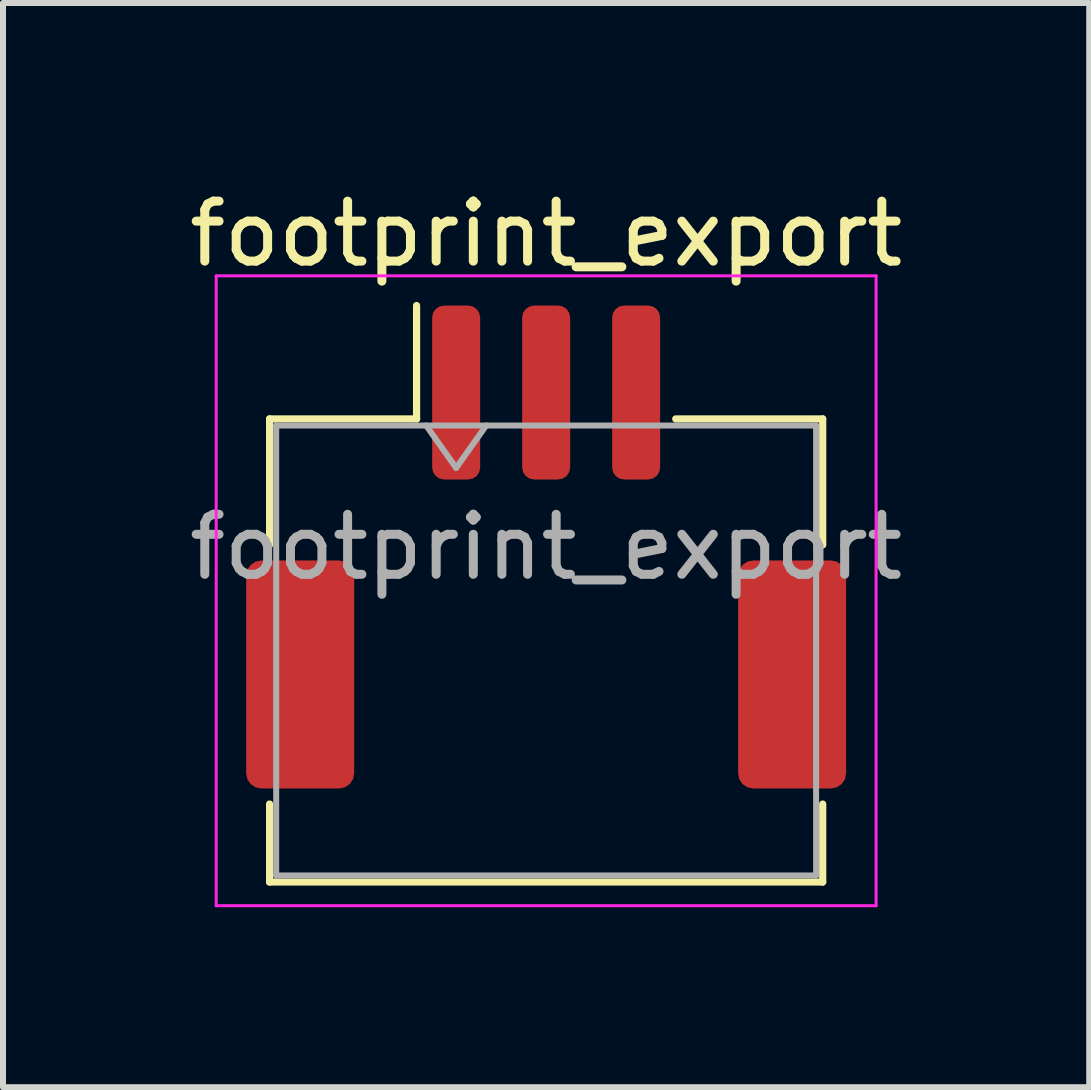
<source format=kicad_pcb>
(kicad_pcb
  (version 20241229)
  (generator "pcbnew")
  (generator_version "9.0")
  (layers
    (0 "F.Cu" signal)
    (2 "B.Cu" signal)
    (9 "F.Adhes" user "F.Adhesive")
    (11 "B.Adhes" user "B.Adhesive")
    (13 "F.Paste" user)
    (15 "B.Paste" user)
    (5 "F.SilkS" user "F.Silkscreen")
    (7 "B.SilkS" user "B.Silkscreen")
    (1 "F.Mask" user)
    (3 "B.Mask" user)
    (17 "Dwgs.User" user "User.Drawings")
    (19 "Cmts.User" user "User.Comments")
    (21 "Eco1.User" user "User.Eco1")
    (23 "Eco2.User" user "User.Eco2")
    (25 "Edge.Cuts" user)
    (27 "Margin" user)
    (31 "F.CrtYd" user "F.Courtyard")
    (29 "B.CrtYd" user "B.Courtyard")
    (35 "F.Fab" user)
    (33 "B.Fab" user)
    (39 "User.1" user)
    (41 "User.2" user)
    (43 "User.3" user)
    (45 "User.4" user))
  (footprint "footprint_export"
    (layer "F.Cu")
    (at 6.054 6.068)
    (property "Reference" "footprint_export" (at 0 -5.22 0) (layer "F.SilkS") (effects (font (size 1 1) (thickness 0.15))))
    (attr smd)
    (fp_line (start -4.61 -2.135) (end -2.16 -2.135) (stroke (width 0.12) (type solid)) (layer "F.SilkS"))
    (fp_line (start -4.61 -0.035) (end -4.61 -2.135) (stroke (width 0.12) (type solid)) (layer "F.SilkS"))
    (fp_line (start -4.61 4.285) (end -4.61 5.585) (stroke (width 0.12) (type solid)) (layer "F.SilkS"))
    (fp_line (start -4.61 5.585) (end 4.61 5.585) (stroke (width 0.12) (type solid)) (layer "F.SilkS"))
    (fp_line (start -2.16 -2.135) (end -2.16 -4.025) (stroke (width 0.12) (type solid)) (layer "F.SilkS"))
    (fp_line (start 4.61 -2.135) (end 2.16 -2.135) (stroke (width 0.12) (type solid)) (layer "F.SilkS"))
    (fp_line (start 4.61 -0.035) (end 4.61 -2.135) (stroke (width 0.12) (type solid)) (layer "F.SilkS"))
    (fp_line (start 4.61 5.585) (end 4.61 4.285) (stroke (width 0.12) (type solid)) (layer "F.SilkS"))
    (fp_line (start -5.5 -4.52) (end -5.5 5.98) (stroke (width 0.05) (type solid)) (layer "F.CrtYd"))
    (fp_line (start -5.5 5.98) (end 5.5 5.98) (stroke (width 0.05) (type solid)) (layer "F.CrtYd"))
    (fp_line (start 5.5 -4.52) (end -5.5 -4.52) (stroke (width 0.05) (type solid)) (layer "F.CrtYd"))
    (fp_line (start 5.5 5.98) (end 5.5 -4.52) (stroke (width 0.05) (type solid)) (layer "F.CrtYd"))
    (fp_line (start -4.5 -2.025) (end -4.5 5.475) (stroke (width 0.1) (type solid)) (layer "F.Fab"))
    (fp_line (start -4.5 -2.025) (end 4.5 -2.025) (stroke (width 0.1) (type solid)) (layer "F.Fab"))
    (fp_line (start -4.5 5.475) (end 4.5 5.475) (stroke (width 0.1) (type solid)) (layer "F.Fab"))
    (fp_line (start -2 -2.025) (end -1.5 -1.318) (stroke (width 0.1) (type solid)) (layer "F.Fab"))
    (fp_line (start -1.5 -1.318) (end -1 -2.025) (stroke (width 0.1) (type solid)) (layer "F.Fab"))
    (fp_line (start 4.5 -2.025) (end 4.5 5.475) (stroke (width 0.1) (type solid)) (layer "F.Fab"))
    (fp_text user "${REFERENCE}" (at 0 0 0) (layer "F.Fab") (effects (font (size 1 1) (thickness 0.15))))
    (pad "1" smd roundrect (at -1.5 -2.575) (size 0.8 2.9) (layers "F.Cu" "F.Mask" "F.Paste") (roundrect_rratio 0.25))
    (pad "2" smd roundrect (at 0 -2.575) (size 0.8 2.9) (layers "F.Cu" "F.Mask" "F.Paste") (roundrect_rratio 0.25))
    (pad "3" smd roundrect (at 1.5 -2.575) (size 0.8 2.9) (layers "F.Cu" "F.Mask" "F.Paste") (roundrect_rratio 0.25))
    (pad "MP" smd roundrect (at -4.1 2.125) (size 1.8 3.8) (layers "F.Cu" "F.Mask" "F.Paste") (roundrect_rratio 0.139))
    (pad "MP" smd roundrect (at 4.1 2.125) (size 1.8 3.8) (layers "F.Cu" "F.Mask" "F.Paste") (roundrect_rratio 0.139)))
  (gr_rect
    (start -3 -3)
    (end 15.107 15.073)
    (stroke (width 0.1) (type default))
    (fill no)
    (layer "Edge.Cuts")))
</source>
